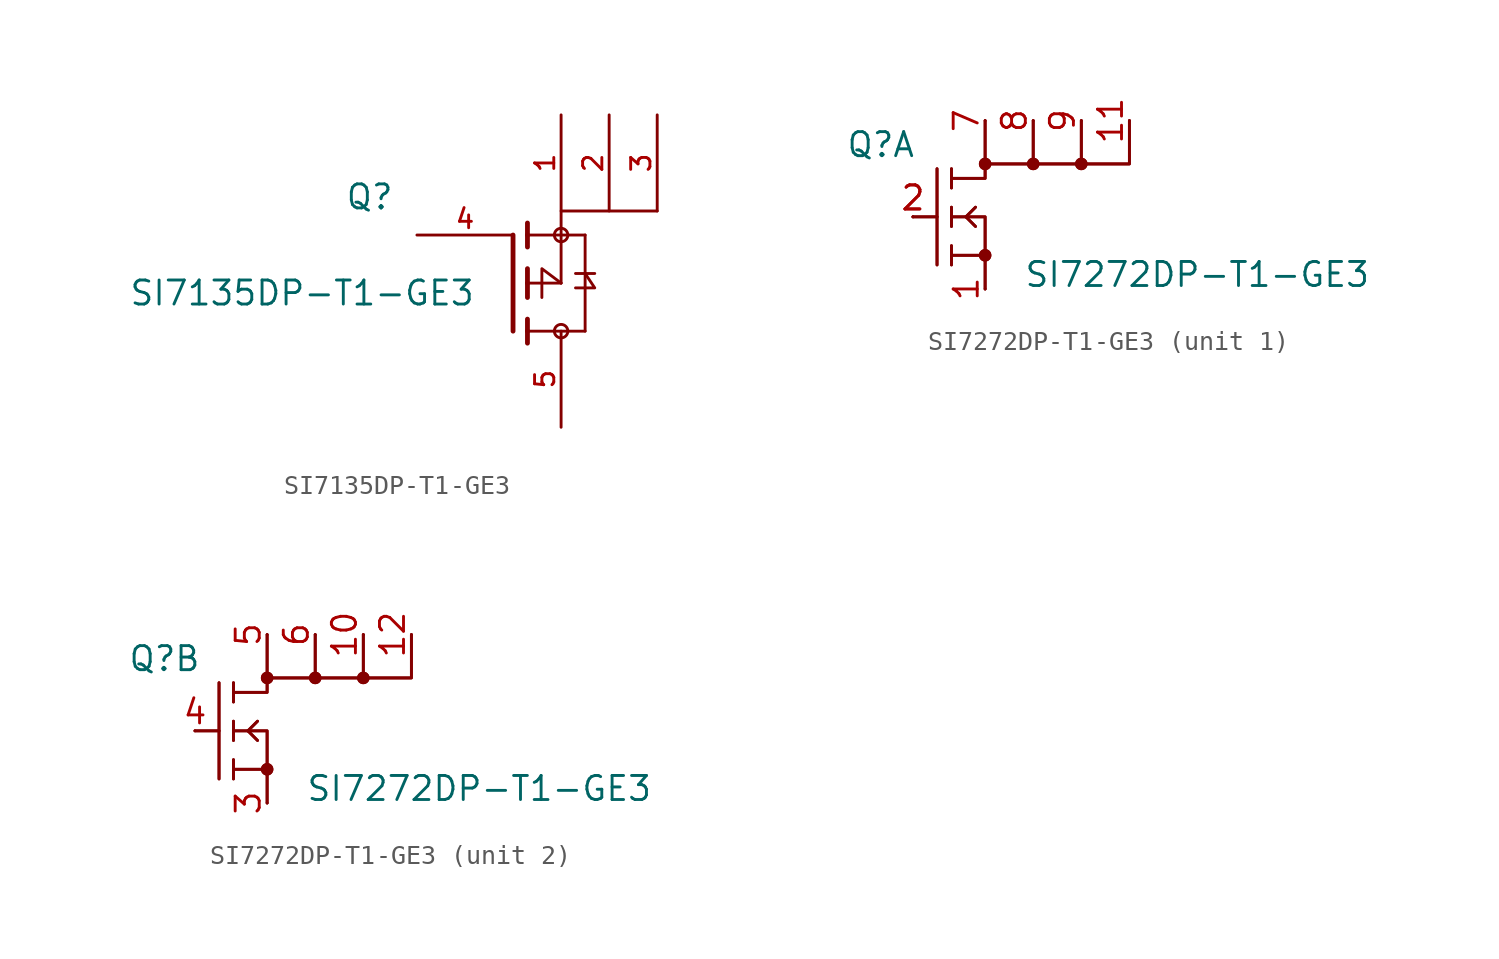
<source format=kicad_sym>
(kicad_symbol_lib
  (version 20211014)
  (generator kicad_symbol_editor)
  (symbol "SI7135DP-T1-GE3"
    (pin_names
      (offset 1.016) hide)
    (property "Reference" "Q"
      (at -8.89 3.81 0)
      (effects (font (size 1.27 1.27)) (justify left bottom)))
    (property "Value" "SI7135DP-T1-GE3"
      (at -20.32 -1.27 0)
      (effects (font (size 1.27 1.27)) (justify left bottom)))
    (property "ki_locked" ""
      (at 0 0 0)
      (effects (font (size 1.27 1.27))))
    (symbol "SI7135DP-T1-GE3_0_0"
      (polyline (pts (xy 0 -2.54) (xy 0 2.54)) (stroke (width 0.254) (type default) (color 0 0 0 0)) (fill (type none)))
      (polyline (pts (xy 0.762 -3.175) (xy 0.762 -2.54)) (stroke (width 0.254) (type default) (color 0 0 0 0)) (fill (type none)))
      (polyline (pts (xy 0.762 -2.54) (xy 0.762 -1.905)) (stroke (width 0.254) (type default) (color 0 0 0 0)) (fill (type none)))
      (polyline (pts (xy 0.762 -2.54) (xy 3.81 -2.54)) (stroke (width 0.152) (type default) (color 0 0 0 0)) (fill (type none)))
      (polyline (pts (xy 0.762 -0.762) (xy 0.762 0)) (stroke (width 0.254) (type default) (color 0 0 0 0)) (fill (type none)))
      (polyline (pts (xy 0.762 0) (xy 0.762 0.762)) (stroke (width 0.254) (type default) (color 0 0 0 0)) (fill (type none)))
      (polyline (pts (xy 0.762 0) (xy 2.54 0)) (stroke (width 0.152) (type default) (color 0 0 0 0)) (fill (type none)))
      (polyline (pts (xy 0.762 1.905) (xy 0.762 2.54)) (stroke (width 0.254) (type default) (color 0 0 0 0)) (fill (type none)))
      (polyline (pts (xy 0.762 2.54) (xy 0.762 3.175)) (stroke (width 0.254) (type default) (color 0 0 0 0)) (fill (type none)))
      (polyline (pts (xy 2.54 0) (xy 2.54 2.54)) (stroke (width 0.152) (type default) (color 0 0 0 0)) (fill (type none)))
      (polyline (pts (xy 2.54 2.54) (xy 0.762 2.54)) (stroke (width 0.152) (type default) (color 0 0 0 0)) (fill (type none)))
      (polyline (pts (xy 2.54 2.54) (xy 3.81 2.54)) (stroke (width 0.152) (type default) (color 0 0 0 0)) (fill (type none)))
      (polyline (pts (xy 3.302 0.508) (xy 3.81 0.508)) (stroke (width 0.152) (type default) (color 0 0 0 0)) (fill (type none)))
      (polyline (pts (xy 3.81 -2.54) (xy 3.81 0.508)) (stroke (width 0.152) (type default) (color 0 0 0 0)) (fill (type none)))
      (polyline (pts (xy 3.81 0.508) (xy 3.81 2.54)) (stroke (width 0.152) (type default) (color 0 0 0 0)) (fill (type none)))
      (polyline (pts (xy 3.81 0.508) (xy 4.318 0.508)) (stroke (width 0.152) (type default) (color 0 0 0 0)) (fill (type none)))
      (polyline (pts (xy 2.54 0) (xy 1.524 0.762) (xy 1.524 -0.762)) (stroke (width 0.152) (type default) (color 0 0 0 0)) (fill (type none)))
      (polyline (pts (xy 3.81 0.508) (xy 4.318 -0.254) (xy 3.302 -0.254)) (stroke (width 0.152) (type default) (color 0 0 0 0)) (fill (type none)))
      (circle (center 2.54 -2.54) (radius 0.356) (stroke (width 0) (type default) (color 0 0 0 0)) (fill (type none)))
      (circle (center 2.54 2.54) (radius 0.356) (stroke (width 0) (type default) (color 0 0 0 0)) (fill (type none)))
      (pin passive line (at 2.54 8.89 270) (length 5.08) (name "~" (effects (font (size 1.016 1.016)))) (number "1" (effects (font (size 1.016 1.016)))))
      (pin passive line (at 5.08 8.89 270) (length 5.08) (name "~" (effects (font (size 1.016 1.016)))) (number "2" (effects (font (size 1.016 1.016)))))
      (pin passive line (at 7.62 8.89 270) (length 5.08) (name "~" (effects (font (size 1.016 1.016)))) (number "3" (effects (font (size 1.016 1.016)))))
      (pin passive line (at -5.08 2.54 0) (length 5.08) (name "~" (effects (font (size 1.016 1.016)))) (number "4" (effects (font (size 1.016 1.016)))))
      (pin passive line (at 2.54 -7.62 90) (length 5.08) (name "~" (effects (font (size 1.016 1.016)))) (number "5" (effects (font (size 1.016 1.016))))))
    (symbol "SI7135DP-T1-GE3_1_1"
      (polyline (pts (xy 7.62 3.81) (xy 2.54 3.81) (xy 2.54 2.54)) (stroke (width 0) (type default) (color 0 0 0 0)) (fill (type none)))))
  (symbol "SI7272DP-T1-GE3"
    (pin_names hide)
    (property "Reference" "Q"
      (at -3.556 3.81 0)
      (effects (font (size 1.27 1.27)) (justify left)))
    (property "Value" "SI7272DP-T1-GE3"
      (at 5.842 -3.048 0)
      (effects (font (size 1.27 1.27)) (justify left)))
    (property "ki_locked" ""
      (at 0 0 0)
      (effects (font (size 1.27 1.27))))
    (symbol "SI7272DP-T1-GE3_0_1"
      (polyline (pts (xy 1.27 0) (xy 1.27 -2.54)) (stroke (width 0) (type default) (color 0 0 0 0)) (fill (type none)))
      (polyline (pts (xy 1.27 0) (xy 1.27 -2.54)) (stroke (width 0) (type default) (color 0 0 0 0)) (fill (type none)))
      (polyline (pts (xy 2.032 -2.54) (xy 2.032 -1.524)) (stroke (width 0) (type default) (color 0 0 0 0)) (fill (type none)))
      (polyline (pts (xy 2.032 -2.54) (xy 2.032 -1.524)) (stroke (width 0) (type default) (color 0 0 0 0)) (fill (type none)))
      (polyline (pts (xy 2.032 0.508) (xy 2.032 -0.508)) (stroke (width 0) (type default) (color 0 0 0 0)) (fill (type none)))
      (polyline (pts (xy 2.032 0.508) (xy 2.032 -0.508)) (stroke (width 0) (type default) (color 0 0 0 0)) (fill (type none)))
      (polyline (pts (xy 2.032 2.54) (xy 2.032 1.524)) (stroke (width 0) (type default) (color 0 0 0 0)) (fill (type none)))
      (polyline (pts (xy 2.032 2.54) (xy 2.032 1.524)) (stroke (width 0) (type default) (color 0 0 0 0)) (fill (type none)))
      (polyline (pts (xy 2.794 0) (xy 3.302 -0.508)) (stroke (width 0) (type default) (color 0 0 0 0)) (fill (type none)))
      (polyline (pts (xy 2.794 0) (xy 3.302 -0.508)) (stroke (width 0) (type default) (color 0 0 0 0)) (fill (type none)))
      (polyline (pts (xy 2.794 0) (xy 3.302 0.508)) (stroke (width 0) (type default) (color 0 0 0 0)) (fill (type none)))
      (polyline (pts (xy 2.794 0) (xy 3.302 0.508)) (stroke (width 0) (type default) (color 0 0 0 0)) (fill (type none)))
      (polyline (pts (xy 3.81 2.794) (xy 3.81 5.08)) (stroke (width 0) (type default) (color 0 0 0 0)) (fill (type none)))
      (polyline (pts (xy 3.81 2.794) (xy 3.81 5.08)) (stroke (width 0) (type default) (color 0 0 0 0)) (fill (type none)))
      (polyline (pts (xy 0 0) (xy 1.27 0) (xy 1.27 2.54)) (stroke (width 0) (type default) (color 0 0 0 0)) (fill (type none)))
      (polyline (pts (xy 0 0) (xy 1.27 0) (xy 1.27 2.54)) (stroke (width 0) (type default) (color 0 0 0 0)) (fill (type none)))
      (polyline (pts (xy 2.032 -2.032) (xy 3.81 -2.032) (xy 3.81 -3.81)) (stroke (width 0) (type default) (color 0 0 0 0)) (fill (type none)))
      (polyline (pts (xy 2.032 -2.032) (xy 3.81 -2.032) (xy 3.81 -3.81)) (stroke (width 0) (type default) (color 0 0 0 0)) (fill (type none)))
      (polyline (pts (xy 2.032 0) (xy 3.81 0) (xy 3.81 -2.032)) (stroke (width 0) (type default) (color 0 0 0 0)) (fill (type none)))
      (polyline (pts (xy 2.032 0) (xy 3.81 0) (xy 3.81 -2.032)) (stroke (width 0) (type default) (color 0 0 0 0)) (fill (type none)))
      (polyline (pts (xy 2.032 2.032) (xy 3.81 2.032) (xy 3.81 2.794)) (stroke (width 0) (type default) (color 0 0 0 0)) (fill (type none)))
      (polyline (pts (xy 2.032 2.032) (xy 3.81 2.032) (xy 3.81 2.794)) (stroke (width 0) (type default) (color 0 0 0 0)) (fill (type none)))
      (polyline (pts (xy 6.35 2.794) (xy 8.89 2.794) (xy 8.89 5.08)) (stroke (width 0) (type default) (color 0 0 0 0)) (fill (type none)))
      (polyline (pts (xy 6.35 2.794) (xy 8.89 2.794) (xy 8.89 5.08)) (stroke (width 0) (type default) (color 0 0 0 0)) (fill (type none)))
      (polyline (pts (xy 6.35 5.08) (xy 6.35 2.794) (xy 3.81 2.794)) (stroke (width 0) (type default) (color 0 0 0 0)) (fill (type none)))
      (polyline (pts (xy 6.35 5.08) (xy 6.35 2.794) (xy 3.81 2.794)) (stroke (width 0) (type default) (color 0 0 0 0)) (fill (type none)))
      (polyline (pts (xy 8.89 2.794) (xy 11.43 2.794) (xy 11.43 5.08)) (stroke (width 0) (type default) (color 0 0 0 0)) (fill (type none)))
      (polyline (pts (xy 8.89 2.794) (xy 11.43 2.794) (xy 11.43 5.08)) (stroke (width 0) (type default) (color 0 0 0 0)) (fill (type none)))
      (circle (center 3.81 -2.032) (radius 0.254) (stroke (width 0) (type default) (color 0 0 0 0)) (fill (type outline)))
      (circle (center 3.81 -2.032) (radius 0.254) (stroke (width 0) (type default) (color 0 0 0 0)) (fill (type outline)))
      (circle (center 3.81 2.794) (radius 0.254) (stroke (width 0) (type default) (color 0 0 0 0)) (fill (type outline)))
      (circle (center 3.81 2.794) (radius 0.254) (stroke (width 0) (type default) (color 0 0 0 0)) (fill (type outline)))
      (circle (center 6.35 2.794) (radius 0.254) (stroke (width 0) (type default) (color 0 0 0 0)) (fill (type outline)))
      (circle (center 6.35 2.794) (radius 0.254) (stroke (width 0) (type default) (color 0 0 0 0)) (fill (type outline)))
      (circle (center 8.89 2.794) (radius 0.254) (stroke (width 0) (type default) (color 0 0 0 0)) (fill (type outline)))
      (circle (center 8.89 2.794) (radius 0.254) (stroke (width 0) (type default) (color 0 0 0 0)) (fill (type outline))))
    (symbol "SI7272DP-T1-GE3_1_0"
      (pin passive line (at 3.81 -3.81 270) (length 0) (name "S1" (effects (font (size 1.27 1.27)))) (number "1" (effects (font (size 1.27 1.27)))))
      (pin passive line (at 11.43 5.08 90) (length 0) (name "D1_4" (effects (font (size 1.27 1.27)))) (number "11" (effects (font (size 1.27 1.27)))))
      (pin passive line (at 0 0 180) (length 0) (name "G1" (effects (font (size 1.27 1.27)))) (number "2" (effects (font (size 1.27 1.27)))))
      (pin passive line (at 0 0 180) (length 0) (name "G1" (effects (font (size 1.27 1.27)))) (number "2" (effects (font (size 1.27 1.27)))))
      (pin passive line (at 3.81 5.08 90) (length 0) (name "D1_1" (effects (font (size 1.27 1.27)))) (number "7" (effects (font (size 1.27 1.27)))))
      (pin passive line (at 6.35 5.08 90) (length 0) (name "D1_2" (effects (font (size 1.27 1.27)))) (number "8" (effects (font (size 1.27 1.27)))))
      (pin passive line (at 8.89 5.08 90) (length 0) (name "D1_3" (effects (font (size 1.27 1.27)))) (number "9" (effects (font (size 1.27 1.27))))))
    (symbol "SI7272DP-T1-GE3_2_0"
      (pin passive line (at 8.89 5.08 90) (length 0) (name "D2_3" (effects (font (size 1.27 1.27)))) (number "10" (effects (font (size 1.27 1.27)))))
      (pin passive line (at 11.43 5.08 90) (length 0) (name "D2_4" (effects (font (size 1.27 1.27)))) (number "12" (effects (font (size 1.27 1.27)))))
      (pin passive line (at 3.81 -3.81 270) (length 0) (name "S2" (effects (font (size 1.27 1.27)))) (number "3" (effects (font (size 1.27 1.27)))))
      (pin passive line (at 0 0 180) (length 0) (name "G2" (effects (font (size 1.27 1.27)))) (number "4" (effects (font (size 1.27 1.27)))))
      (pin passive line (at 3.81 5.08 90) (length 0) (name "D2_1" (effects (font (size 1.27 1.27)))) (number "5" (effects (font (size 1.27 1.27)))))
      (pin passive line (at 6.35 5.08 90) (length 0) (name "D2_2" (effects (font (size 1.27 1.27)))) (number "6" (effects (font (size 1.27 1.27))))))))
</source>
